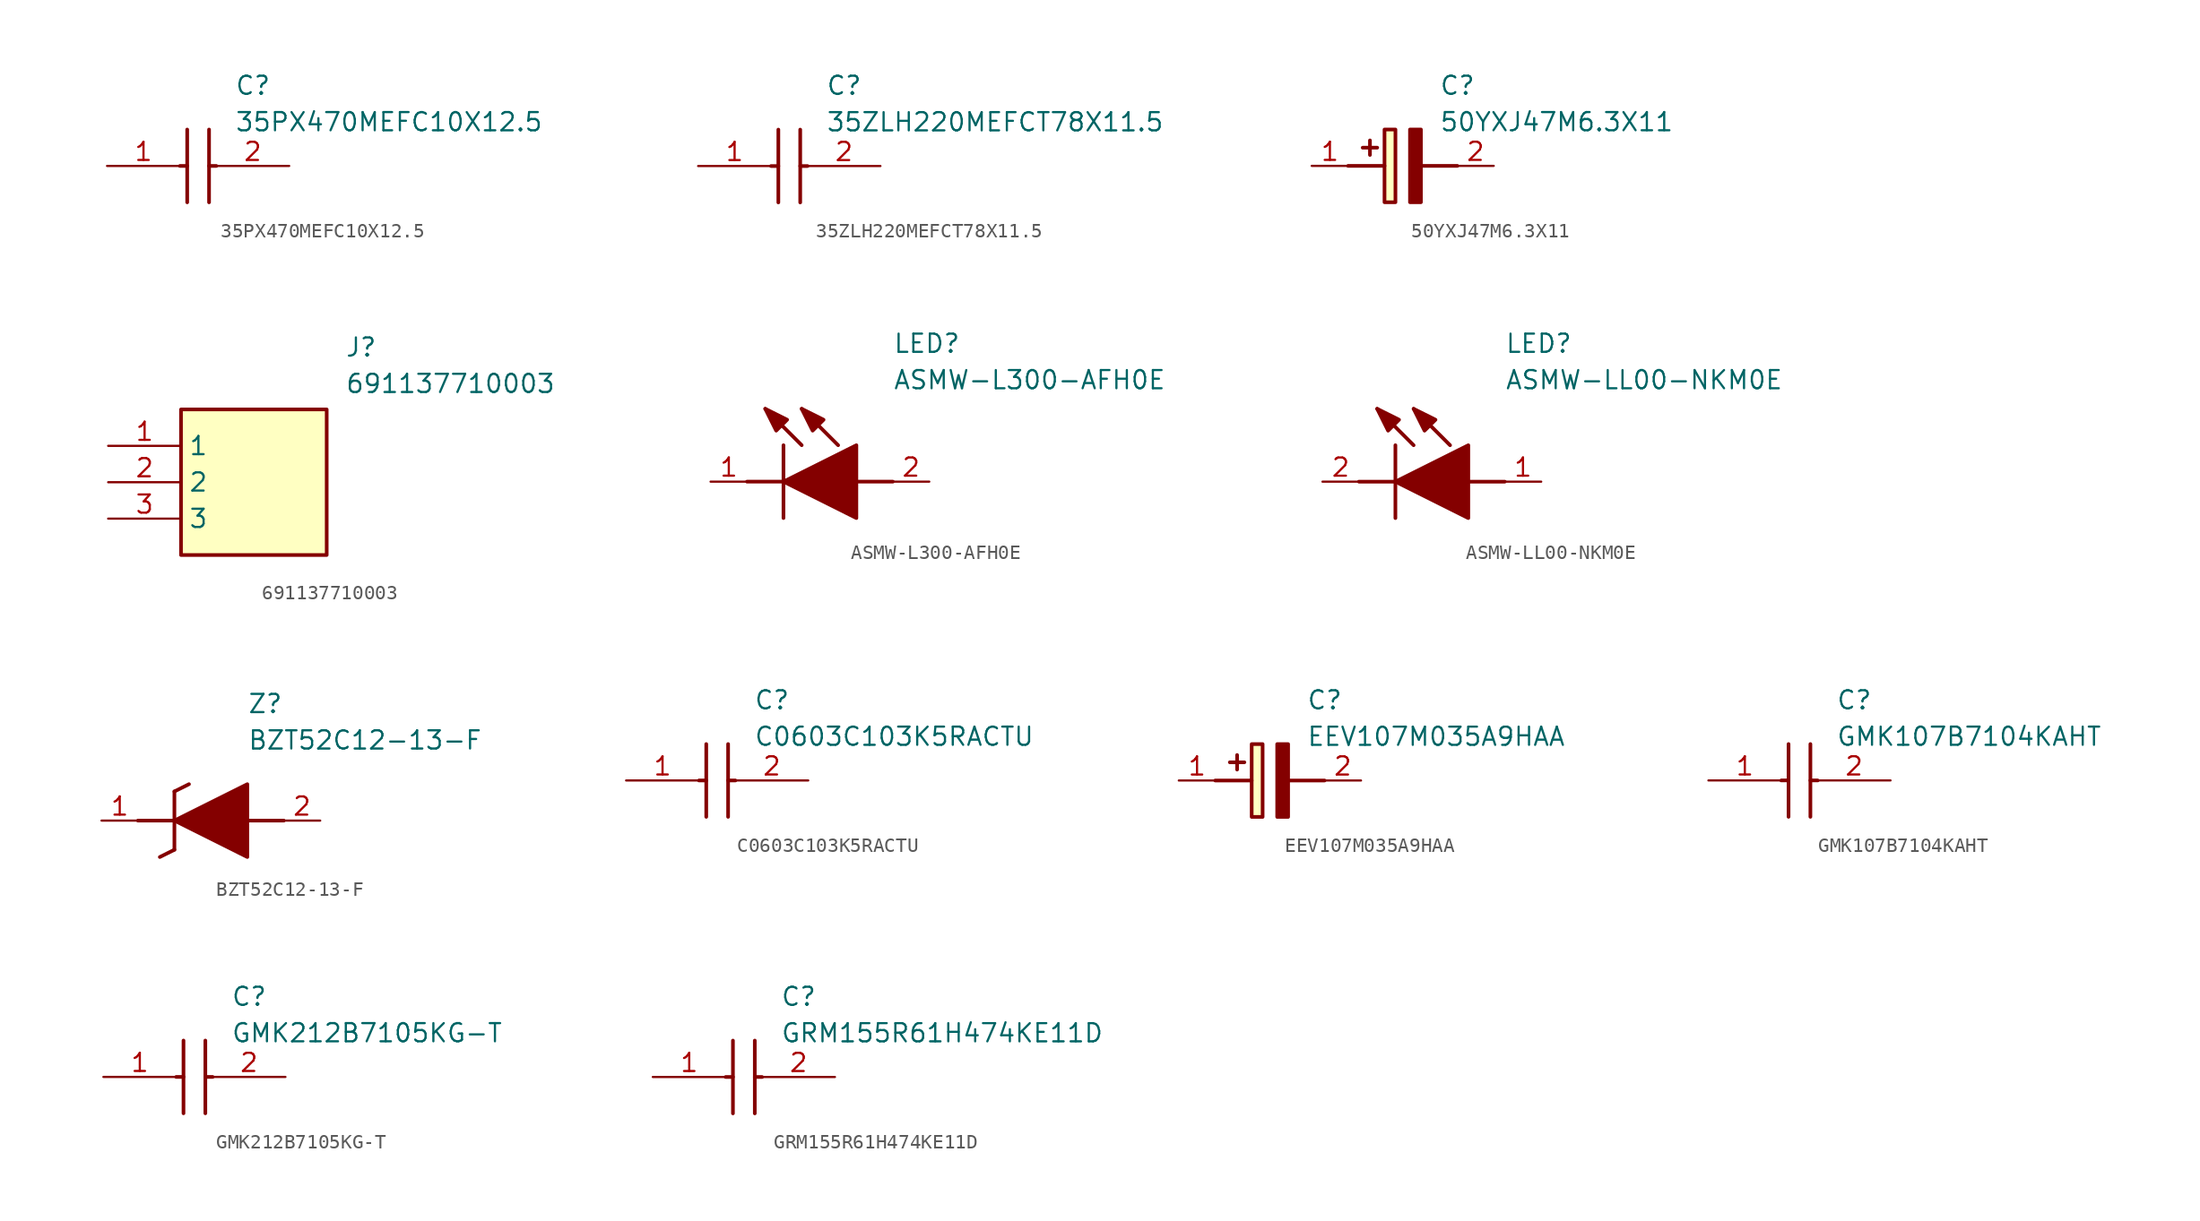
<source format=kicad_sym>
(kicad_symbol_lib
  (version 20220914)
  (generator SamacSys_ECAD_Model)
  (symbol "35PX470MEFC10X12.5"
    (pin_names hide)
    (property "Reference" "C"
      (at 8.89 6.35 0)
      (effects (font (size 1.27 1.27)) (justify left top)))
    (property "Value" "35PX470MEFC10X12.5"
      (at 8.89 3.81 0)
      (effects (font (size 1.27 1.27)) (justify left top)))
    (polyline
      (pts (xy 5.588 2.54) (xy 5.588 -2.54))
      (stroke (width 0.254) (type default))
      (fill (type none)))
    (polyline
      (pts (xy 7.112 2.54) (xy 7.112 -2.54))
      (stroke (width 0.254) (type default))
      (fill (type none)))
    (polyline
      (pts (xy 5.08 0) (xy 5.588 0))
      (stroke (width 0.254) (type default))
      (fill (type none)))
    (polyline
      (pts (xy 7.112 0) (xy 7.62 0))
      (stroke (width 0.254) (type default))
      (fill (type none)))
    (pin passive line
      (at 0 0 0)
      (length 5.08)
      (name "+" (effects (font (size 1.27 1.27))))
      (number "1" (effects (font (size 1.27 1.27)))))
    (pin passive line
      (at 12.7 0 180)
      (length 5.08)
      (name "-" (effects (font (size 1.27 1.27))))
      (number "2" (effects (font (size 1.27 1.27))))))
  (symbol "35ZLH220MEFCT78X11.5"
    (pin_names hide)
    (property "Reference" "C"
      (at 8.89 6.35 0)
      (effects (font (size 1.27 1.27)) (justify left top)))
    (property "Value" "35ZLH220MEFCT78X11.5"
      (at 8.89 3.81 0)
      (effects (font (size 1.27 1.27)) (justify left top)))
    (polyline
      (pts (xy 5.588 2.54) (xy 5.588 -2.54))
      (stroke (width 0.254) (type default))
      (fill (type none)))
    (polyline
      (pts (xy 7.112 2.54) (xy 7.112 -2.54))
      (stroke (width 0.254) (type default))
      (fill (type none)))
    (polyline
      (pts (xy 5.08 0) (xy 5.588 0))
      (stroke (width 0.254) (type default))
      (fill (type none)))
    (polyline
      (pts (xy 7.112 0) (xy 7.62 0))
      (stroke (width 0.254) (type default))
      (fill (type none)))
    (pin passive line
      (at 0 0 0)
      (length 5.08)
      (name "+" (effects (font (size 1.27 1.27))))
      (number "1" (effects (font (size 1.27 1.27)))))
    (pin passive line
      (at 12.7 0 180)
      (length 5.08)
      (name "-" (effects (font (size 1.27 1.27))))
      (number "2" (effects (font (size 1.27 1.27))))))
  (symbol "50YXJ47M6.3X11"
    (pin_names hide)
    (property "Reference" "C"
      (at 8.89 6.35 0)
      (effects (font (size 1.27 1.27)) (justify left top)))
    (property "Value" "50YXJ47M6.3X11"
      (at 8.89 3.81 0)
      (effects (font (size 1.27 1.27)) (justify left top)))
    (rectangle
      (start 5.08 2.54)
      (end 5.842 -2.54)
      (stroke (width 0.254) (type default))
      (fill (type background)))
    (polyline
      (pts (xy 4.572 1.27) (xy 3.556 1.27))
      (stroke (width 0.254) (type default))
      (fill (type none)))
    (polyline
      (pts (xy 4.064 1.778) (xy 4.064 0.762))
      (stroke (width 0.254) (type default))
      (fill (type none)))
    (polyline
      (pts (xy 2.54 0) (xy 5.08 0))
      (stroke (width 0.254) (type default))
      (fill (type none)))
    (polyline
      (pts (xy 7.62 0) (xy 10.16 0))
      (stroke (width 0.254) (type default))
      (fill (type none)))
    (polyline
      (pts (xy 7.62 2.54) (xy 7.62 -2.54) (xy 6.858 -2.54) (xy 6.858 2.54) (xy 7.62 2.54))
      (stroke (width 0.254) (type default))
      (fill (type outline)))
    (pin passive line
      (at 0 0 0)
      (length 2.54)
      (name "+" (effects (font (size 1.27 1.27))))
      (number "1" (effects (font (size 1.27 1.27)))))
    (pin passive line
      (at 12.7 0 180)
      (length 2.54)
      (name "-" (effects (font (size 1.27 1.27))))
      (number "2" (effects (font (size 1.27 1.27))))))
  (symbol "691137710003"
    (property "Reference" "J"
      (at 16.51 7.62 0)
      (effects (font (size 1.27 1.27)) (justify left top)))
    (property "Value" "691137710003"
      (at 16.51 5.08 0)
      (effects (font (size 1.27 1.27)) (justify left top)))
    (rectangle
      (start 5.08 2.54)
      (end 15.24 -7.62)
      (stroke (width 0.254) (type default))
      (fill (type background)))
    (pin passive line
      (at 0 0 0)
      (length 5.08)
      (name "1" (effects (font (size 1.27 1.27))))
      (number "1" (effects (font (size 1.27 1.27)))))
    (pin passive line
      (at 0 -2.54 0)
      (length 5.08)
      (name "2" (effects (font (size 1.27 1.27))))
      (number "2" (effects (font (size 1.27 1.27)))))
    (pin passive line
      (at 0 -5.08 0)
      (length 5.08)
      (name "3" (effects (font (size 1.27 1.27))))
      (number "3" (effects (font (size 1.27 1.27))))))
  (symbol "ASMW-L300-AFH0E"
    (pin_names hide)
    (property "Reference" "LED"
      (at 12.7 8.89 0)
      (effects (font (size 1.27 1.27)) (justify left bottom)))
    (property "Value" "ASMW-L300-AFH0E"
      (at 12.7 6.35 0)
      (effects (font (size 1.27 1.27)) (justify left bottom)))
    (polyline
      (pts (xy 5.08 2.54) (xy 5.08 -2.54))
      (stroke (width 0.254) (type default))
      (fill (type none)))
    (polyline
      (pts (xy 6.35 2.54) (xy 3.81 5.08))
      (stroke (width 0.254) (type default))
      (fill (type none)))
    (polyline
      (pts (xy 8.89 2.54) (xy 6.35 5.08))
      (stroke (width 0.254) (type default))
      (fill (type none)))
    (polyline
      (pts (xy 2.54 0) (xy 5.08 0))
      (stroke (width 0.254) (type default))
      (fill (type none)))
    (polyline
      (pts (xy 10.16 0) (xy 12.7 0))
      (stroke (width 0.254) (type default))
      (fill (type none)))
    (polyline
      (pts (xy 5.08 0) (xy 10.16 2.54) (xy 10.16 -2.54) (xy 5.08 0))
      (stroke (width 0.254) (type default))
      (fill (type outline)))
    (polyline
      (pts (xy 5.334 4.318) (xy 4.572 3.556) (xy 3.81 5.08) (xy 5.334 4.318))
      (stroke (width 0.254) (type default))
      (fill (type outline)))
    (polyline
      (pts (xy 7.874 4.318) (xy 7.112 3.556) (xy 6.35 5.08) (xy 7.874 4.318))
      (stroke (width 0.254) (type default))
      (fill (type outline)))
    (pin passive line
      (at 0 0 0)
      (length 2.54)
      (name "K" (effects (font (size 1.27 1.27))))
      (number "1" (effects (font (size 1.27 1.27)))))
    (pin passive line
      (at 15.24 0 180)
      (length 2.54)
      (name "A" (effects (font (size 1.27 1.27))))
      (number "2" (effects (font (size 1.27 1.27))))))
  (symbol "ASMW-LL00-NKM0E"
    (pin_names hide)
    (property "Reference" "LED"
      (at 12.7 8.89 0)
      (effects (font (size 1.27 1.27)) (justify left bottom)))
    (property "Value" "ASMW-LL00-NKM0E"
      (at 12.7 6.35 0)
      (effects (font (size 1.27 1.27)) (justify left bottom)))
    (polyline
      (pts (xy 5.08 2.54) (xy 5.08 -2.54))
      (stroke (width 0.254) (type default))
      (fill (type none)))
    (polyline
      (pts (xy 6.35 2.54) (xy 3.81 5.08))
      (stroke (width 0.254) (type default))
      (fill (type none)))
    (polyline
      (pts (xy 8.89 2.54) (xy 6.35 5.08))
      (stroke (width 0.254) (type default))
      (fill (type none)))
    (polyline
      (pts (xy 2.54 0) (xy 5.08 0))
      (stroke (width 0.254) (type default))
      (fill (type none)))
    (polyline
      (pts (xy 10.16 0) (xy 12.7 0))
      (stroke (width 0.254) (type default))
      (fill (type none)))
    (polyline
      (pts (xy 5.08 0) (xy 10.16 2.54) (xy 10.16 -2.54) (xy 5.08 0))
      (stroke (width 0.254) (type default))
      (fill (type outline)))
    (polyline
      (pts (xy 5.334 4.318) (xy 4.572 3.556) (xy 3.81 5.08) (xy 5.334 4.318))
      (stroke (width 0.254) (type default))
      (fill (type outline)))
    (polyline
      (pts (xy 7.874 4.318) (xy 7.112 3.556) (xy 6.35 5.08) (xy 7.874 4.318))
      (stroke (width 0.254) (type default))
      (fill (type outline)))
    (pin passive line
      (at 0 0 0)
      (length 2.54)
      (name "K" (effects (font (size 1.27 1.27))))
      (number "2" (effects (font (size 1.27 1.27)))))
    (pin passive line
      (at 15.24 0 180)
      (length 2.54)
      (name "A" (effects (font (size 1.27 1.27))))
      (number "1" (effects (font (size 1.27 1.27))))))
  (symbol "BZT52C12-13-F"
    (pin_names hide)
    (property "Reference" "Z"
      (at 10.16 8.89 0)
      (effects (font (size 1.27 1.27)) (justify left top)))
    (property "Value" "BZT52C12-13-F"
      (at 10.16 6.35 0)
      (effects (font (size 1.27 1.27)) (justify left top)))
    (polyline
      (pts (xy 5.08 2.032) (xy 5.08 -2.032))
      (stroke (width 0.254) (type default))
      (fill (type none)))
    (polyline
      (pts (xy 5.08 2.032) (xy 6.096 2.54))
      (stroke (width 0.254) (type default))
      (fill (type none)))
    (polyline
      (pts (xy 4.064 -2.54) (xy 5.08 -2.032))
      (stroke (width 0.254) (type default))
      (fill (type none)))
    (polyline
      (pts (xy 2.54 0) (xy 5.08 0))
      (stroke (width 0.254) (type default))
      (fill (type none)))
    (polyline
      (pts (xy 12.7 0) (xy 10.16 0))
      (stroke (width 0.254) (type default))
      (fill (type none)))
    (polyline
      (pts (xy 5.08 0) (xy 10.16 2.54) (xy 10.16 -2.54) (xy 5.08 0))
      (stroke (width 0.254) (type default))
      (fill (type outline)))
    (pin passive line
      (at 0 0 0)
      (length 2.54)
      (name "K" (effects (font (size 1.27 1.27))))
      (number "1" (effects (font (size 1.27 1.27)))))
    (pin passive line
      (at 15.24 0 180)
      (length 2.54)
      (name "A" (effects (font (size 1.27 1.27))))
      (number "2" (effects (font (size 1.27 1.27))))))
  (symbol "C0603C103K5RACTU"
    (pin_names hide)
    (property "Reference" "C"
      (at 8.89 6.35 0)
      (effects (font (size 1.27 1.27)) (justify left top)))
    (property "Value" "C0603C103K5RACTU"
      (at 8.89 3.81 0)
      (effects (font (size 1.27 1.27)) (justify left top)))
    (polyline
      (pts (xy 5.588 2.54) (xy 5.588 -2.54))
      (stroke (width 0.254) (type default))
      (fill (type none)))
    (polyline
      (pts (xy 7.112 2.54) (xy 7.112 -2.54))
      (stroke (width 0.254) (type default))
      (fill (type none)))
    (polyline
      (pts (xy 5.08 0) (xy 5.588 0))
      (stroke (width 0.254) (type default))
      (fill (type none)))
    (polyline
      (pts (xy 7.112 0) (xy 7.62 0))
      (stroke (width 0.254) (type default))
      (fill (type none)))
    (pin passive line
      (at 0 0 0)
      (length 5.08)
      (name "1" (effects (font (size 1.27 1.27))))
      (number "1" (effects (font (size 1.27 1.27)))))
    (pin passive line
      (at 12.7 0 180)
      (length 5.08)
      (name "2" (effects (font (size 1.27 1.27))))
      (number "2" (effects (font (size 1.27 1.27))))))
  (symbol "EEV107M035A9HAA"
    (pin_names hide)
    (property "Reference" "C"
      (at 8.89 6.35 0)
      (effects (font (size 1.27 1.27)) (justify left top)))
    (property "Value" "EEV107M035A9HAA"
      (at 8.89 3.81 0)
      (effects (font (size 1.27 1.27)) (justify left top)))
    (rectangle
      (start 5.08 2.54)
      (end 5.842 -2.54)
      (stroke (width 0.254) (type default))
      (fill (type background)))
    (polyline
      (pts (xy 4.572 1.27) (xy 3.556 1.27))
      (stroke (width 0.254) (type default))
      (fill (type none)))
    (polyline
      (pts (xy 4.064 1.778) (xy 4.064 0.762))
      (stroke (width 0.254) (type default))
      (fill (type none)))
    (polyline
      (pts (xy 2.54 0) (xy 5.08 0))
      (stroke (width 0.254) (type default))
      (fill (type none)))
    (polyline
      (pts (xy 7.62 0) (xy 10.16 0))
      (stroke (width 0.254) (type default))
      (fill (type none)))
    (polyline
      (pts (xy 7.62 2.54) (xy 7.62 -2.54) (xy 6.858 -2.54) (xy 6.858 2.54) (xy 7.62 2.54))
      (stroke (width 0.254) (type default))
      (fill (type outline)))
    (pin passive line
      (at 0 0 0)
      (length 2.54)
      (name "+" (effects (font (size 1.27 1.27))))
      (number "1" (effects (font (size 1.27 1.27)))))
    (pin passive line
      (at 12.7 0 180)
      (length 2.54)
      (name "-" (effects (font (size 1.27 1.27))))
      (number "2" (effects (font (size 1.27 1.27))))))
  (symbol "GMK107B7104KAHT"
    (pin_names hide)
    (property "Reference" "C"
      (at 8.89 6.35 0)
      (effects (font (size 1.27 1.27)) (justify left top)))
    (property "Value" "GMK107B7104KAHT"
      (at 8.89 3.81 0)
      (effects (font (size 1.27 1.27)) (justify left top)))
    (polyline
      (pts (xy 5.588 2.54) (xy 5.588 -2.54))
      (stroke (width 0.254) (type default))
      (fill (type none)))
    (polyline
      (pts (xy 7.112 2.54) (xy 7.112 -2.54))
      (stroke (width 0.254) (type default))
      (fill (type none)))
    (polyline
      (pts (xy 5.08 0) (xy 5.588 0))
      (stroke (width 0.254) (type default))
      (fill (type none)))
    (polyline
      (pts (xy 7.112 0) (xy 7.62 0))
      (stroke (width 0.254) (type default))
      (fill (type none)))
    (pin passive line
      (at 0 0 0)
      (length 5.08)
      (name "1" (effects (font (size 1.27 1.27))))
      (number "1" (effects (font (size 1.27 1.27)))))
    (pin passive line
      (at 12.7 0 180)
      (length 5.08)
      (name "2" (effects (font (size 1.27 1.27))))
      (number "2" (effects (font (size 1.27 1.27))))))
  (symbol "GMK212B7105KG-T"
    (pin_names hide)
    (property "Reference" "C"
      (at 8.89 6.35 0)
      (effects (font (size 1.27 1.27)) (justify left top)))
    (property "Value" "GMK212B7105KG-T"
      (at 8.89 3.81 0)
      (effects (font (size 1.27 1.27)) (justify left top)))
    (polyline
      (pts (xy 5.588 2.54) (xy 5.588 -2.54))
      (stroke (width 0.254) (type default))
      (fill (type none)))
    (polyline
      (pts (xy 7.112 2.54) (xy 7.112 -2.54))
      (stroke (width 0.254) (type default))
      (fill (type none)))
    (polyline
      (pts (xy 5.08 0) (xy 5.588 0))
      (stroke (width 0.254) (type default))
      (fill (type none)))
    (polyline
      (pts (xy 7.112 0) (xy 7.62 0))
      (stroke (width 0.254) (type default))
      (fill (type none)))
    (pin passive line
      (at 0 0 0)
      (length 5.08)
      (name "1" (effects (font (size 1.27 1.27))))
      (number "1" (effects (font (size 1.27 1.27)))))
    (pin passive line
      (at 12.7 0 180)
      (length 5.08)
      (name "2" (effects (font (size 1.27 1.27))))
      (number "2" (effects (font (size 1.27 1.27))))))
  (symbol "GRM155R61H474KE11D"
    (pin_names hide)
    (property "Reference" "C"
      (at 8.89 6.35 0)
      (effects (font (size 1.27 1.27)) (justify left top)))
    (property "Value" "GRM155R61H474KE11D"
      (at 8.89 3.81 0)
      (effects (font (size 1.27 1.27)) (justify left top)))
    (polyline
      (pts (xy 5.588 2.54) (xy 5.588 -2.54))
      (stroke (width 0.254) (type default))
      (fill (type none)))
    (polyline
      (pts (xy 7.112 2.54) (xy 7.112 -2.54))
      (stroke (width 0.254) (type default))
      (fill (type none)))
    (polyline
      (pts (xy 5.08 0) (xy 5.588 0))
      (stroke (width 0.254) (type default))
      (fill (type none)))
    (polyline
      (pts (xy 7.112 0) (xy 7.62 0))
      (stroke (width 0.254) (type default))
      (fill (type none)))
    (pin passive line
      (at 0 0 0)
      (length 5.08)
      (name "1" (effects (font (size 1.27 1.27))))
      (number "1" (effects (font (size 1.27 1.27)))))
    (pin passive line
      (at 12.7 0 180)
      (length 5.08)
      (name "2" (effects (font (size 1.27 1.27))))
      (number "2" (effects (font (size 1.27 1.27)))))))
</source>
